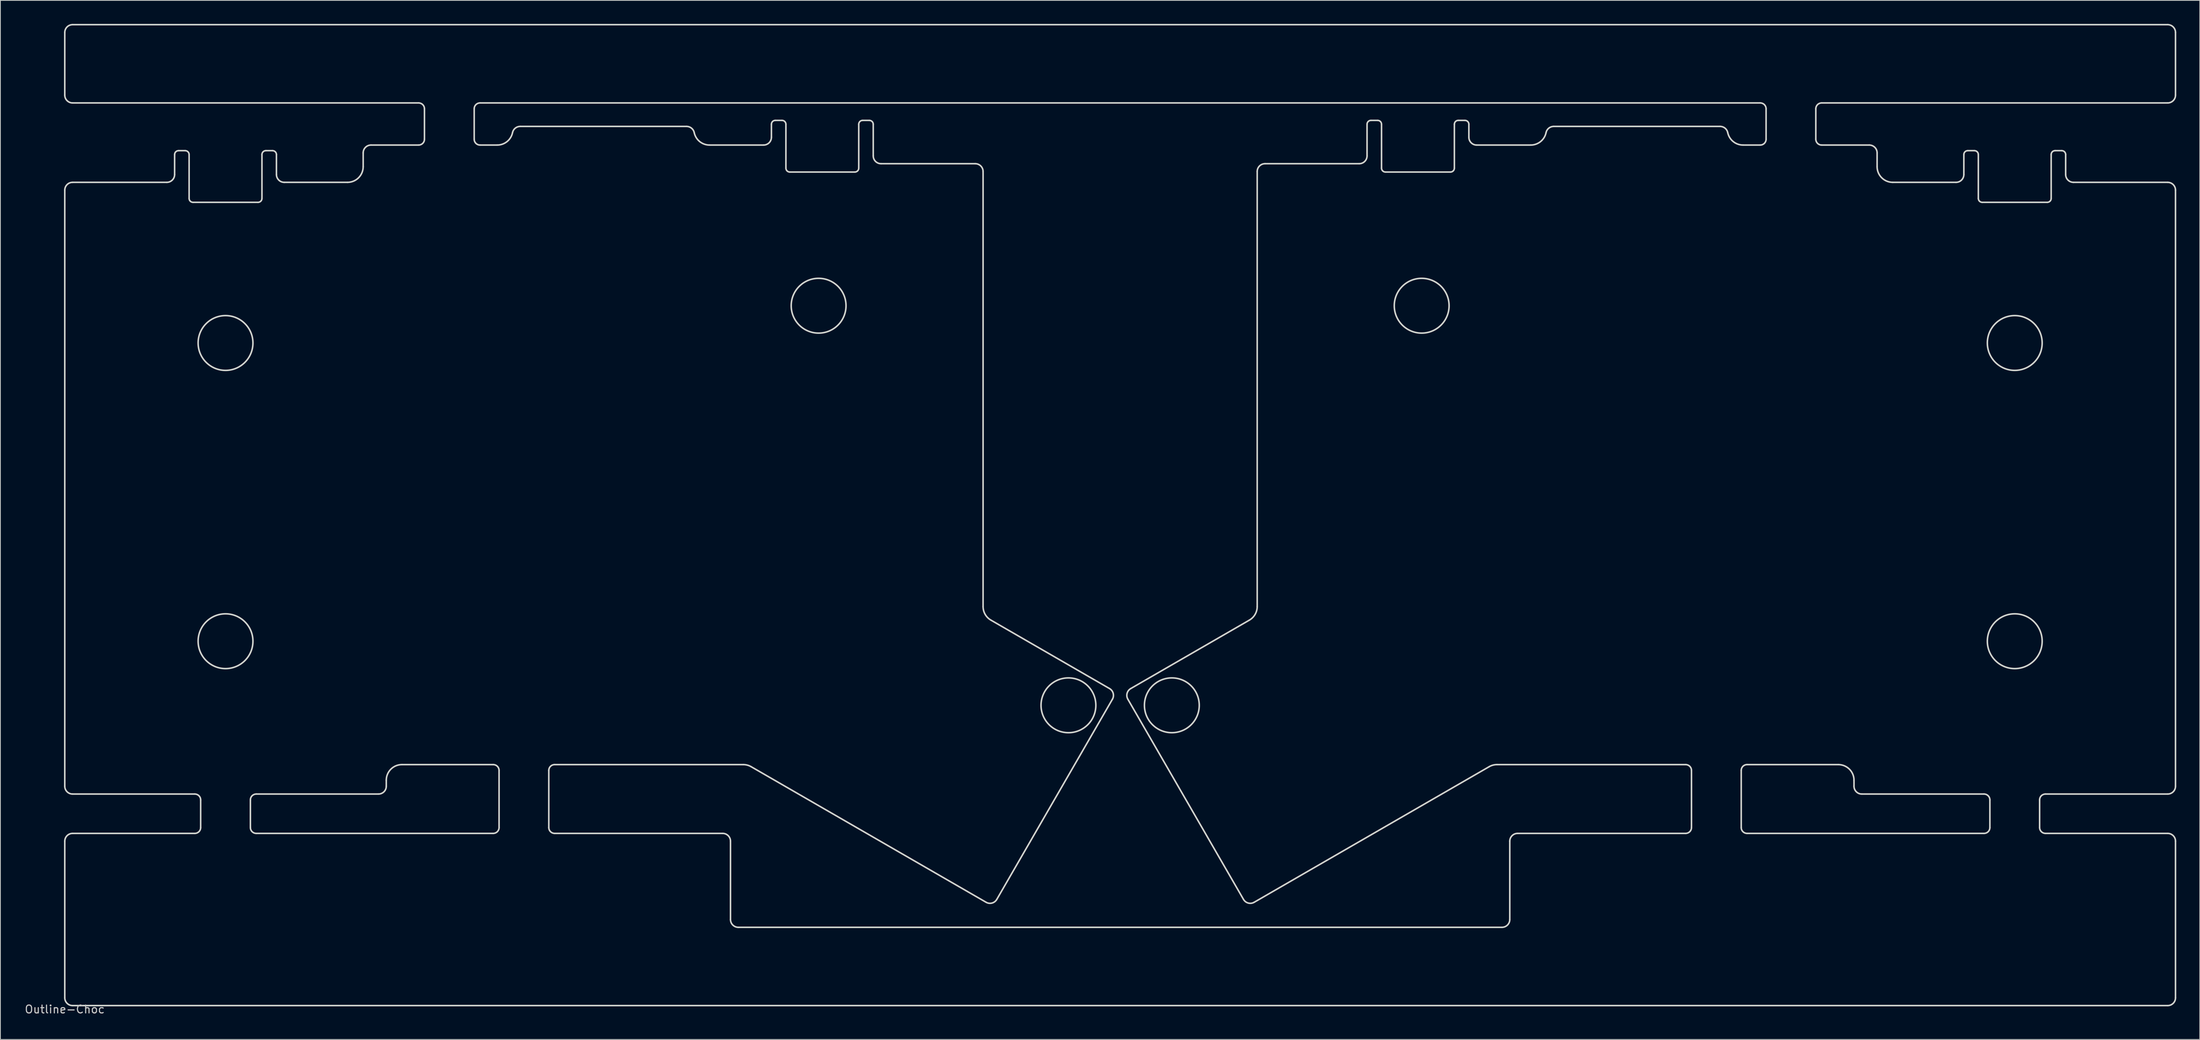
<source format=kicad_pcb>
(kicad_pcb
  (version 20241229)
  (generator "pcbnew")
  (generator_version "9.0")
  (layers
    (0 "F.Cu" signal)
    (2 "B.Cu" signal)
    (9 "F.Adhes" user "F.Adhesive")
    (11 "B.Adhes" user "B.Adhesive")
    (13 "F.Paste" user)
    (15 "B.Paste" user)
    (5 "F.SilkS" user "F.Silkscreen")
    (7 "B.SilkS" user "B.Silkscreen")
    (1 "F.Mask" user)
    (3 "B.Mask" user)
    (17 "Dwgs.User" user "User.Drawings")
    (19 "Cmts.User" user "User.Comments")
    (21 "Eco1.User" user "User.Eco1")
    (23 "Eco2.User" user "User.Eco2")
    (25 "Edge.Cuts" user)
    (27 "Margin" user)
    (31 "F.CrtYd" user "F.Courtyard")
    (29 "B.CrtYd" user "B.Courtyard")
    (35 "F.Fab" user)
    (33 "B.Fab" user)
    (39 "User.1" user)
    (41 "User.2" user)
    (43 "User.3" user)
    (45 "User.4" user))
  (footprint "Outline-Choc"
    (layer "F.Cu")
    (at 5.22 125.399)
    (property "Reference" "Outline-Choc" (at 0 0.5 0) (layer "Dwgs.User") (effects (font (size 1 1) (thickness 0.15))))
    (attr through_hole)
    (fp_line (start 0.001 -116.299) (end 0.001 -124.299) (stroke (width 0.2) (type solid)) (layer "Edge.Cuts"))
    (fp_line (start 0.001 -28.005) (end 0.001 -104.155) (stroke (width 0.2) (type solid)) (layer "Edge.Cuts"))
    (fp_line (start 0.001 -0.979) (end 0.001 -20.979) (stroke (width 0.2) (type solid)) (layer "Edge.Cuts"))
    (fp_line (start 1.001 -125.299) (end 268.501 -125.299) (stroke (width 0.2) (type solid)) (layer "Edge.Cuts"))
    (fp_line (start 1.001 -105.155) (end 13.026 -105.155) (stroke (width 0.2) (type solid)) (layer "Edge.Cuts"))
    (fp_line (start 1.001 -21.979) (end 16.601 -21.979) (stroke (width 0.2) (type solid)) (layer "Edge.Cuts"))
    (fp_line (start 14.026 -106.155) (end 14.026 -108.702) (stroke (width 0.2) (type solid)) (layer "Edge.Cuts"))
    (fp_line (start 14.526 -109.202) (end 15.376 -109.202) (stroke (width 0.2) (type solid)) (layer "Edge.Cuts"))
    (fp_line (start 15.876 -108.702) (end 15.876 -103.102) (stroke (width 0.2) (type solid)) (layer "Edge.Cuts"))
    (fp_line (start 16.376 -102.602) (end 24.676 -102.602) (stroke (width 0.2) (type solid)) (layer "Edge.Cuts"))
    (fp_line (start 16.601 -27.005) (end 1.001 -27.005) (stroke (width 0.2) (type solid)) (layer "Edge.Cuts"))
    (fp_line (start 17.351 -22.729) (end 17.351 -26.255) (stroke (width 0.2) (type solid)) (layer "Edge.Cuts"))
    (fp_line (start 23.701 -26.255) (end 23.701 -22.729) (stroke (width 0.2) (type solid)) (layer "Edge.Cuts"))
    (fp_line (start 24.451 -21.979) (end 54.701 -21.979) (stroke (width 0.2) (type solid)) (layer "Edge.Cuts"))
    (fp_line (start 25.176 -103.102) (end 25.176 -108.702) (stroke (width 0.2) (type solid)) (layer "Edge.Cuts"))
    (fp_line (start 25.676 -109.202) (end 26.526 -109.202) (stroke (width 0.2) (type solid)) (layer "Edge.Cuts"))
    (fp_line (start 27.026 -108.702) (end 27.026 -106.155) (stroke (width 0.2) (type solid)) (layer "Edge.Cuts"))
    (fp_line (start 28.026 -105.155) (end 36.101 -105.155) (stroke (width 0.2) (type solid)) (layer "Edge.Cuts"))
    (fp_line (start 38.101 -107.155) (end 38.101 -108.918) (stroke (width 0.2) (type solid)) (layer "Edge.Cuts"))
    (fp_line (start 39.101 -109.918) (end 45.176 -109.918) (stroke (width 0.2) (type solid)) (layer "Edge.Cuts"))
    (fp_line (start 40.051 -27.005) (end 24.451 -27.005) (stroke (width 0.2) (type solid)) (layer "Edge.Cuts"))
    (fp_line (start 41.051 -28.767) (end 41.051 -28.005) (stroke (width 0.2) (type solid)) (layer "Edge.Cuts"))
    (fp_line (start 45.176 -115.299) (end 1.001 -115.299) (stroke (width 0.2) (type solid)) (layer "Edge.Cuts"))
    (fp_line (start 45.926 -110.668) (end 45.926 -114.549) (stroke (width 0.2) (type solid)) (layer "Edge.Cuts"))
    (fp_line (start 52.276 -114.549) (end 52.276 -110.668) (stroke (width 0.2) (type solid)) (layer "Edge.Cuts"))
    (fp_line (start 53.026 -109.918) (end 55.216 -109.918) (stroke (width 0.2) (type solid)) (layer "Edge.Cuts"))
    (fp_line (start 54.701 -30.767) (end 43.051 -30.767) (stroke (width 0.2) (type solid)) (layer "Edge.Cuts"))
    (fp_line (start 55.451 -22.729) (end 55.451 -30.017) (stroke (width 0.2) (type solid)) (layer "Edge.Cuts"))
    (fp_line (start 58.151 -112.299) (end 79.391 -112.299) (stroke (width 0.2) (type solid)) (layer "Edge.Cuts"))
    (fp_line (start 61.801 -30.017) (end 61.801 -22.729) (stroke (width 0.2) (type solid)) (layer "Edge.Cuts"))
    (fp_line (start 62.551 -21.979) (end 84.001 -21.979) (stroke (width 0.2) (type solid)) (layer "Edge.Cuts"))
    (fp_line (start 82.326 -109.918) (end 89.226 -109.918) (stroke (width 0.2) (type solid)) (layer "Edge.Cuts"))
    (fp_line (start 85.001 -20.979) (end 85.001 -10.979) (stroke (width 0.2) (type solid)) (layer "Edge.Cuts"))
    (fp_line (start 86.001 -9.979) (end 183.501 -9.979) (stroke (width 0.2) (type solid)) (layer "Edge.Cuts"))
    (fp_line (start 86.634 -30.767) (end 62.551 -30.767) (stroke (width 0.2) (type solid)) (layer "Edge.Cuts"))
    (fp_line (start 90.226 -110.918) (end 90.226 -112.57) (stroke (width 0.2) (type solid)) (layer "Edge.Cuts"))
    (fp_line (start 90.726 -113.07) (end 91.576 -113.07) (stroke (width 0.2) (type solid)) (layer "Edge.Cuts"))
    (fp_line (start 92.076 -112.57) (end 92.076 -106.97) (stroke (width 0.2) (type solid)) (layer "Edge.Cuts"))
    (fp_line (start 92.576 -106.47) (end 100.876 -106.47) (stroke (width 0.2) (type solid)) (layer "Edge.Cuts"))
    (fp_line (start 101.376 -106.97) (end 101.376 -112.57) (stroke (width 0.2) (type solid)) (layer "Edge.Cuts"))
    (fp_line (start 101.876 -113.07) (end 102.726 -113.07) (stroke (width 0.2) (type solid)) (layer "Edge.Cuts"))
    (fp_line (start 103.226 -112.57) (end 103.226 -108.536) (stroke (width 0.2) (type solid)) (layer "Edge.Cuts"))
    (fp_line (start 104.226 -107.536) (end 116.251 -107.536) (stroke (width 0.2) (type solid)) (layer "Edge.Cuts"))
    (fp_line (start 117.251 -106.536) (end 117.251 -50.957) (stroke (width 0.2) (type solid)) (layer "Edge.Cuts"))
    (fp_line (start 117.635 -13.179) (end 87.634 -30.5) (stroke (width 0.2) (type solid)) (layer "Edge.Cuts"))
    (fp_line (start 118.251 -49.225) (end 133.397 -40.48) (stroke (width 0.2) (type solid)) (layer "Edge.Cuts"))
    (fp_line (start 133.763 -39.114) (end 119.001 -13.545) (stroke (width 0.2) (type solid)) (layer "Edge.Cuts"))
    (fp_line (start 136.105 -40.48) (end 151.251 -49.225) (stroke (width 0.2) (type solid)) (layer "Edge.Cuts"))
    (fp_line (start 150.501 -13.545) (end 135.739 -39.114) (stroke (width 0.2) (type solid)) (layer "Edge.Cuts"))
    (fp_line (start 152.251 -50.957) (end 152.251 -106.536) (stroke (width 0.2) (type solid)) (layer "Edge.Cuts"))
    (fp_line (start 153.251 -107.536) (end 165.276 -107.536) (stroke (width 0.2) (type solid)) (layer "Edge.Cuts"))
    (fp_line (start 166.276 -108.536) (end 166.276 -112.57) (stroke (width 0.2) (type solid)) (layer "Edge.Cuts"))
    (fp_line (start 166.776 -113.07) (end 167.626 -113.07) (stroke (width 0.2) (type solid)) (layer "Edge.Cuts"))
    (fp_line (start 168.126 -112.57) (end 168.126 -106.97) (stroke (width 0.2) (type solid)) (layer "Edge.Cuts"))
    (fp_line (start 168.626 -106.47) (end 176.926 -106.47) (stroke (width 0.2) (type solid)) (layer "Edge.Cuts"))
    (fp_line (start 177.426 -106.97) (end 177.426 -112.57) (stroke (width 0.2) (type solid)) (layer "Edge.Cuts"))
    (fp_line (start 177.926 -113.07) (end 178.776 -113.07) (stroke (width 0.2) (type solid)) (layer "Edge.Cuts"))
    (fp_line (start 179.276 -112.57) (end 179.276 -110.918) (stroke (width 0.2) (type solid)) (layer "Edge.Cuts"))
    (fp_line (start 180.276 -109.918) (end 187.176 -109.918) (stroke (width 0.2) (type solid)) (layer "Edge.Cuts"))
    (fp_line (start 181.868 -30.5) (end 151.867 -13.179) (stroke (width 0.2) (type solid)) (layer "Edge.Cuts"))
    (fp_line (start 184.501 -10.979) (end 184.501 -20.979) (stroke (width 0.2) (type solid)) (layer "Edge.Cuts"))
    (fp_line (start 185.501 -21.979) (end 206.951 -21.979) (stroke (width 0.2) (type solid)) (layer "Edge.Cuts"))
    (fp_line (start 190.111 -112.299) (end 211.351 -112.299) (stroke (width 0.2) (type solid)) (layer "Edge.Cuts"))
    (fp_line (start 206.951 -30.767) (end 182.868 -30.767) (stroke (width 0.2) (type solid)) (layer "Edge.Cuts"))
    (fp_line (start 207.701 -22.729) (end 207.701 -30.017) (stroke (width 0.2) (type solid)) (layer "Edge.Cuts"))
    (fp_line (start 214.051 -30.017) (end 214.051 -22.729) (stroke (width 0.2) (type solid)) (layer "Edge.Cuts"))
    (fp_line (start 214.286 -109.918) (end 216.476 -109.918) (stroke (width 0.2) (type solid)) (layer "Edge.Cuts"))
    (fp_line (start 214.801 -21.979) (end 245.051 -21.979) (stroke (width 0.2) (type solid)) (layer "Edge.Cuts"))
    (fp_line (start 216.476 -115.299) (end 53.026 -115.299) (stroke (width 0.2) (type solid)) (layer "Edge.Cuts"))
    (fp_line (start 217.226 -110.668) (end 217.226 -114.549) (stroke (width 0.2) (type solid)) (layer "Edge.Cuts"))
    (fp_line (start 223.576 -114.549) (end 223.576 -110.668) (stroke (width 0.2) (type solid)) (layer "Edge.Cuts"))
    (fp_line (start 224.326 -109.918) (end 230.401 -109.918) (stroke (width 0.2) (type solid)) (layer "Edge.Cuts"))
    (fp_line (start 226.451 -30.767) (end 214.801 -30.767) (stroke (width 0.2) (type solid)) (layer "Edge.Cuts"))
    (fp_line (start 228.451 -28.005) (end 228.451 -28.767) (stroke (width 0.2) (type solid)) (layer "Edge.Cuts"))
    (fp_line (start 231.401 -108.918) (end 231.401 -107.155) (stroke (width 0.2) (type solid)) (layer "Edge.Cuts"))
    (fp_line (start 233.401 -105.155) (end 241.476 -105.155) (stroke (width 0.2) (type solid)) (layer "Edge.Cuts"))
    (fp_line (start 242.476 -106.155) (end 242.476 -108.702) (stroke (width 0.2) (type solid)) (layer "Edge.Cuts"))
    (fp_line (start 242.976 -109.202) (end 243.826 -109.202) (stroke (width 0.2) (type solid)) (layer "Edge.Cuts"))
    (fp_line (start 244.326 -108.702) (end 244.326 -103.102) (stroke (width 0.2) (type solid)) (layer "Edge.Cuts"))
    (fp_line (start 244.826 -102.602) (end 253.126 -102.602) (stroke (width 0.2) (type solid)) (layer "Edge.Cuts"))
    (fp_line (start 245.051 -27.005) (end 229.451 -27.005) (stroke (width 0.2) (type solid)) (layer "Edge.Cuts"))
    (fp_line (start 245.801 -22.729) (end 245.801 -26.255) (stroke (width 0.2) (type solid)) (layer "Edge.Cuts"))
    (fp_line (start 252.151 -26.255) (end 252.151 -22.729) (stroke (width 0.2) (type solid)) (layer "Edge.Cuts"))
    (fp_line (start 252.901 -21.979) (end 268.501 -21.979) (stroke (width 0.2) (type solid)) (layer "Edge.Cuts"))
    (fp_line (start 253.626 -103.102) (end 253.626 -108.702) (stroke (width 0.2) (type solid)) (layer "Edge.Cuts"))
    (fp_line (start 254.126 -109.202) (end 254.976 -109.202) (stroke (width 0.2) (type solid)) (layer "Edge.Cuts"))
    (fp_line (start 255.476 -108.702) (end 255.476 -106.155) (stroke (width 0.2) (type solid)) (layer "Edge.Cuts"))
    (fp_line (start 256.476 -105.155) (end 268.501 -105.155) (stroke (width 0.2) (type solid)) (layer "Edge.Cuts"))
    (fp_line (start 268.501 -115.299) (end 224.326 -115.299) (stroke (width 0.2) (type solid)) (layer "Edge.Cuts"))
    (fp_line (start 268.501 -27.005) (end 252.901 -27.005) (stroke (width 0.2) (type solid)) (layer "Edge.Cuts"))
    (fp_line (start 268.501 0.021) (end 1.001 0.021) (stroke (width 0.2) (type solid)) (layer "Edge.Cuts"))
    (fp_line (start 269.501 -124.299) (end 269.501 -116.299) (stroke (width 0.2) (type solid)) (layer "Edge.Cuts"))
    (fp_line (start 269.501 -104.155) (end 269.501 -28.005) (stroke (width 0.2) (type solid)) (layer "Edge.Cuts"))
    (fp_line (start 269.501 -20.979) (end 269.501 -0.979) (stroke (width 0.2) (type solid)) (layer "Edge.Cuts"))
    (fp_arc (start 0.001 -124.29875) (mid 0.293893 -125.005857) (end 1.001 -125.29875) (stroke (width 0.2) (type solid)) (layer "Edge.Cuts"))
    (fp_arc (start 0.001 -104.155) (mid 0.293893 -104.862107) (end 1.001 -105.155) (stroke (width 0.2) (type solid)) (layer "Edge.Cuts"))
    (fp_arc (start 0.001 -20.979025) (mid 0.293893 -21.686132) (end 1.001 -21.979025) (stroke (width 0.2) (type solid)) (layer "Edge.Cuts"))
    (fp_arc (start 1.001 -115.29875) (mid 0.293893 -115.591643) (end 0.001 -116.29875) (stroke (width 0.2) (type solid)) (layer "Edge.Cuts"))
    (fp_arc (start 1.001 -27.005) (mid 0.293893 -27.297893) (end 0.001 -28.005) (stroke (width 0.2) (type solid)) (layer "Edge.Cuts"))
    (fp_arc (start 1.001 0.020975) (mid 0.293893 -0.271918) (end 0.001 -0.979025) (stroke (width 0.2) (type solid)) (layer "Edge.Cuts"))
    (fp_arc (start 14.026 -108.701802) (mid 14.172447 -109.055355) (end 14.526 -109.201802) (stroke (width 0.2) (type solid)) (layer "Edge.Cuts"))
    (fp_arc (start 14.026 -106.155) (mid 13.733107 -105.447893) (end 13.026 -105.155) (stroke (width 0.2) (type solid)) (layer "Edge.Cuts"))
    (fp_arc (start 15.376 -109.201802) (mid 15.729553 -109.055355) (end 15.876 -108.701802) (stroke (width 0.2) (type solid)) (layer "Edge.Cuts"))
    (fp_arc (start 16.376 -102.601802) (mid 16.022447 -102.748249) (end 15.876 -103.101802) (stroke (width 0.2) (type solid)) (layer "Edge.Cuts"))
    (fp_arc (start 16.601 -27.005) (mid 17.13133 -26.78533) (end 17.351 -26.255) (stroke (width 0.2) (type solid)) (layer "Edge.Cuts"))
    (fp_arc (start 17.351 -22.729025) (mid 17.13133 -22.198695) (end 16.601 -21.979025) (stroke (width 0.2) (type solid)) (layer "Edge.Cuts"))
    (fp_arc (start 23.701 -26.255) (mid 23.92067 -26.78533) (end 24.451 -27.005) (stroke (width 0.2) (type solid)) (layer "Edge.Cuts"))
    (fp_arc (start 24.451 -21.979025) (mid 23.92067 -22.198695) (end 23.701 -22.729025) (stroke (width 0.2) (type solid)) (layer "Edge.Cuts"))
    (fp_arc (start 25.176 -108.701802) (mid 25.322447 -109.055355) (end 25.676 -109.201802) (stroke (width 0.2) (type solid)) (layer "Edge.Cuts"))
    (fp_arc (start 25.176 -103.101802) (mid 25.029553 -102.748249) (end 24.676 -102.601802) (stroke (width 0.2) (type solid)) (layer "Edge.Cuts"))
    (fp_arc (start 26.526 -109.201802) (mid 26.879553 -109.055355) (end 27.026 -108.701802) (stroke (width 0.2) (type solid)) (layer "Edge.Cuts"))
    (fp_arc (start 28.026 -105.155) (mid 27.318893 -105.447893) (end 27.026 -106.155) (stroke (width 0.2) (type solid)) (layer "Edge.Cuts"))
    (fp_arc (start 38.101 -108.9175) (mid 38.393893 -109.624607) (end 39.101 -109.9175) (stroke (width 0.2) (type solid)) (layer "Edge.Cuts"))
    (fp_arc (start 38.101 -107.155) (mid 37.515214 -105.740786) (end 36.101 -105.155) (stroke (width 0.2) (type solid)) (layer "Edge.Cuts"))
    (fp_arc (start 41.051 -28.7675) (mid 41.636786 -30.181714) (end 43.051 -30.7675) (stroke (width 0.2) (type solid)) (layer "Edge.Cuts"))
    (fp_arc (start 41.051 -28.005) (mid 40.758107 -27.297893) (end 40.051 -27.005) (stroke (width 0.2) (type solid)) (layer "Edge.Cuts"))
    (fp_arc (start 45.176 -115.29875) (mid 45.70633 -115.07908) (end 45.926 -114.54875) (stroke (width 0.2) (type solid)) (layer "Edge.Cuts"))
    (fp_arc (start 45.926 -110.6675) (mid 45.70633 -110.13717) (end 45.176 -109.9175) (stroke (width 0.2) (type solid)) (layer "Edge.Cuts"))
    (fp_arc (start 52.276 -114.54875) (mid 52.49567 -115.07908) (end 53.026 -115.29875) (stroke (width 0.2) (type solid)) (layer "Edge.Cuts"))
    (fp_arc (start 53.026 -109.9175) (mid 52.49567 -110.13717) (end 52.276 -110.6675) (stroke (width 0.2) (type solid)) (layer "Edge.Cuts"))
    (fp_arc (start 54.701 -30.7675) (mid 55.23133 -30.54783) (end 55.451 -30.0175) (stroke (width 0.2) (type solid)) (layer "Edge.Cuts"))
    (fp_arc (start 55.451 -22.729025) (mid 55.23133 -22.198695) (end 54.701 -21.979025) (stroke (width 0.2) (type solid)) (layer "Edge.Cuts"))
    (fp_arc (start 57.172501 -111.505) (mid 56.475463 -110.364277) (end 55.215502 -109.9175) (stroke (width 0.2) (type solid)) (layer "Edge.Cuts"))
    (fp_arc (start 57.172501 -111.505) (mid 57.52102 -112.075361) (end 58.151 -112.29875) (stroke (width 0.2) (type solid)) (layer "Edge.Cuts"))
    (fp_arc (start 61.801 -30.0175) (mid 62.02067 -30.54783) (end 62.551 -30.7675) (stroke (width 0.2) (type solid)) (layer "Edge.Cuts"))
    (fp_arc (start 62.551 -21.979025) (mid 62.02067 -22.198695) (end 61.801 -22.729025) (stroke (width 0.2) (type solid)) (layer "Edge.Cuts"))
    (fp_arc (start 79.390502 -112.29875) (mid 80.020482 -112.075361) (end 80.369001 -111.505) (stroke (width 0.2) (type solid)) (layer "Edge.Cuts"))
    (fp_arc (start 82.326 -109.9175) (mid 81.06604 -110.364278) (end 80.369001 -111.505) (stroke (width 0.2) (type solid)) (layer "Edge.Cuts"))
    (fp_arc (start 84.001 -21.979025) (mid 84.708107 -21.686132) (end 85.001 -20.979025) (stroke (width 0.2) (type solid)) (layer "Edge.Cuts"))
    (fp_arc (start 86.001 -9.979025) (mid 85.293893 -10.271918) (end 85.001 -10.979025) (stroke (width 0.2) (type solid)) (layer "Edge.Cuts"))
    (fp_arc (start 86.634473 -30.7675) (mid 87.152111 -30.699352) (end 87.634473 -30.499551) (stroke (width 0.2) (type solid)) (layer "Edge.Cuts"))
    (fp_arc (start 90.226 -112.570493) (mid 90.372447 -112.924046) (end 90.726 -113.070493) (stroke (width 0.2) (type solid)) (layer "Edge.Cuts"))
    (fp_arc (start 90.226 -110.9175) (mid 89.933107 -110.210393) (end 89.226 -109.9175) (stroke (width 0.2) (type solid)) (layer "Edge.Cuts"))
    (fp_arc (start 91.576 -113.070493) (mid 91.929553 -112.924046) (end 92.076 -112.570493) (stroke (width 0.2) (type solid)) (layer "Edge.Cuts"))
    (fp_arc (start 92.576 -106.470493) (mid 92.222447 -106.61694) (end 92.076 -106.970493) (stroke (width 0.2) (type solid)) (layer "Edge.Cuts"))
    (fp_arc (start 101.376 -112.570493) (mid 101.522447 -112.924046) (end 101.876 -113.070493) (stroke (width 0.2) (type solid)) (layer "Edge.Cuts"))
    (fp_arc (start 101.376 -106.970493) (mid 101.229553 -106.61694) (end 100.876 -106.470493) (stroke (width 0.2) (type solid)) (layer "Edge.Cuts"))
    (fp_arc (start 102.726 -113.070493) (mid 103.079553 -112.924046) (end 103.226 -112.570493) (stroke (width 0.2) (type solid)) (layer "Edge.Cuts"))
    (fp_arc (start 104.226 -107.53625) (mid 103.518893 -107.829143) (end 103.226 -108.53625) (stroke (width 0.2) (type solid)) (layer "Edge.Cuts"))
    (fp_arc (start 116.251 -107.53625) (mid 116.958107 -107.243357) (end 117.251 -106.53625) (stroke (width 0.2) (type solid)) (layer "Edge.Cuts"))
    (fp_arc (start 118.251 -49.225025) (mid 117.518949 -49.957076) (end 117.251 -50.957076) (stroke (width 0.2) (type solid)) (layer "Edge.Cuts"))
    (fp_arc (start 119.000529 -13.54505) (mid 118.393323 -13.079124) (end 117.634504 -13.179025) (stroke (width 0.2) (type solid)) (layer "Edge.Cuts"))
    (fp_arc (start 133.397004 -40.480475) (mid 133.86293 -39.873269) (end 133.763029 -39.11445) (stroke (width 0.2) (type solid)) (layer "Edge.Cuts"))
    (fp_arc (start 135.73897 -39.11445) (mid 135.63907 -39.873269) (end 136.104996 -40.480476) (stroke (width 0.2) (type solid)) (layer "Edge.Cuts"))
    (fp_arc (start 151.867496 -13.179025) (mid 151.108677 -13.079124) (end 150.501471 -13.54505) (stroke (width 0.2) (type solid)) (layer "Edge.Cuts"))
    (fp_arc (start 152.251 -106.53625) (mid 152.543893 -107.243357) (end 153.251 -107.53625) (stroke (width 0.2) (type solid)) (layer "Edge.Cuts"))
    (fp_arc (start 152.251 -50.957076) (mid 151.983051 -49.957076) (end 151.251 -49.225025) (stroke (width 0.2) (type solid)) (layer "Edge.Cuts"))
    (fp_arc (start 166.276 -112.570493) (mid 166.422447 -112.924046) (end 166.776 -113.070493) (stroke (width 0.2) (type solid)) (layer "Edge.Cuts"))
    (fp_arc (start 166.276 -108.53625) (mid 165.983107 -107.829143) (end 165.276 -107.53625) (stroke (width 0.2) (type solid)) (layer "Edge.Cuts"))
    (fp_arc (start 167.626 -113.070493) (mid 167.979553 -112.924046) (end 168.126 -112.570493) (stroke (width 0.2) (type solid)) (layer "Edge.Cuts"))
    (fp_arc (start 168.626 -106.470493) (mid 168.272447 -106.61694) (end 168.126 -106.970493) (stroke (width 0.2) (type solid)) (layer "Edge.Cuts"))
    (fp_arc (start 177.426 -112.570493) (mid 177.572447 -112.924046) (end 177.926 -113.070493) (stroke (width 0.2) (type solid)) (layer "Edge.Cuts"))
    (fp_arc (start 177.426 -106.970493) (mid 177.279553 -106.61694) (end 176.926 -106.470493) (stroke (width 0.2) (type solid)) (layer "Edge.Cuts"))
    (fp_arc (start 178.776 -113.070493) (mid 179.129553 -112.924046) (end 179.276 -112.570493) (stroke (width 0.2) (type solid)) (layer "Edge.Cuts"))
    (fp_arc (start 180.276 -109.9175) (mid 179.568893 -110.210393) (end 179.276 -110.9175) (stroke (width 0.2) (type solid)) (layer "Edge.Cuts"))
    (fp_arc (start 181.867527 -30.499551) (mid 182.349889 -30.699352) (end 182.867527 -30.7675) (stroke (width 0.2) (type solid)) (layer "Edge.Cuts"))
    (fp_arc (start 184.501 -20.979025) (mid 184.793893 -21.686132) (end 185.501 -21.979025) (stroke (width 0.2) (type solid)) (layer "Edge.Cuts"))
    (fp_arc (start 184.501 -10.979025) (mid 184.208107 -10.271918) (end 183.501 -9.979025) (stroke (width 0.2) (type solid)) (layer "Edge.Cuts"))
    (fp_arc (start 189.132999 -111.505) (mid 188.435961 -110.364277) (end 187.176 -109.9175) (stroke (width 0.2) (type solid)) (layer "Edge.Cuts"))
    (fp_arc (start 189.132999 -111.505) (mid 189.481518 -112.075361) (end 190.111498 -112.29875) (stroke (width 0.2) (type solid)) (layer "Edge.Cuts"))
    (fp_arc (start 206.951 -30.7675) (mid 207.48133 -30.54783) (end 207.701 -30.0175) (stroke (width 0.2) (type solid)) (layer "Edge.Cuts"))
    (fp_arc (start 207.701 -22.729025) (mid 207.48133 -22.198695) (end 206.951 -21.979025) (stroke (width 0.2) (type solid)) (layer "Edge.Cuts"))
    (fp_arc (start 211.351 -112.29875) (mid 211.98098 -112.075361) (end 212.329499 -111.505) (stroke (width 0.2) (type solid)) (layer "Edge.Cuts"))
    (fp_arc (start 214.051 -30.0175) (mid 214.27067 -30.54783) (end 214.801 -30.7675) (stroke (width 0.2) (type solid)) (layer "Edge.Cuts"))
    (fp_arc (start 214.286498 -109.9175) (mid 213.026538 -110.364278) (end 212.329499 -111.505) (stroke (width 0.2) (type solid)) (layer "Edge.Cuts"))
    (fp_arc (start 214.801 -21.979025) (mid 214.27067 -22.198695) (end 214.051 -22.729025) (stroke (width 0.2) (type solid)) (layer "Edge.Cuts"))
    (fp_arc (start 216.476 -115.29875) (mid 217.00633 -115.07908) (end 217.226 -114.54875) (stroke (width 0.2) (type solid)) (layer "Edge.Cuts"))
    (fp_arc (start 217.226 -110.6675) (mid 217.00633 -110.13717) (end 216.476 -109.9175) (stroke (width 0.2) (type solid)) (layer "Edge.Cuts"))
    (fp_arc (start 223.576 -114.54875) (mid 223.79567 -115.07908) (end 224.326 -115.29875) (stroke (width 0.2) (type solid)) (layer "Edge.Cuts"))
    (fp_arc (start 224.326 -109.9175) (mid 223.79567 -110.13717) (end 223.576 -110.6675) (stroke (width 0.2) (type solid)) (layer "Edge.Cuts"))
    (fp_arc (start 226.451 -30.7675) (mid 227.865214 -30.181714) (end 228.451 -28.7675) (stroke (width 0.2) (type solid)) (layer "Edge.Cuts"))
    (fp_arc (start 229.451 -27.005) (mid 228.743893 -27.297893) (end 228.451 -28.005) (stroke (width 0.2) (type solid)) (layer "Edge.Cuts"))
    (fp_arc (start 230.401 -109.9175) (mid 231.108107 -109.624607) (end 231.401 -108.9175) (stroke (width 0.2) (type solid)) (layer "Edge.Cuts"))
    (fp_arc (start 233.401 -105.155) (mid 231.986786 -105.740786) (end 231.401 -107.155) (stroke (width 0.2) (type solid)) (layer "Edge.Cuts"))
    (fp_arc (start 242.476 -108.701802) (mid 242.622447 -109.055355) (end 242.976 -109.201802) (stroke (width 0.2) (type solid)) (layer "Edge.Cuts"))
    (fp_arc (start 242.476 -106.155) (mid 242.183107 -105.447893) (end 241.476 -105.155) (stroke (width 0.2) (type solid)) (layer "Edge.Cuts"))
    (fp_arc (start 243.826 -109.201802) (mid 244.179553 -109.055355) (end 244.326 -108.701802) (stroke (width 0.2) (type solid)) (layer "Edge.Cuts"))
    (fp_arc (start 244.826 -102.601802) (mid 244.472447 -102.748249) (end 244.326 -103.101802) (stroke (width 0.2) (type solid)) (layer "Edge.Cuts"))
    (fp_arc (start 245.051 -27.005) (mid 245.58133 -26.78533) (end 245.801 -26.255) (stroke (width 0.2) (type solid)) (layer "Edge.Cuts"))
    (fp_arc (start 245.801 -22.729025) (mid 245.58133 -22.198695) (end 245.051 -21.979025) (stroke (width 0.2) (type solid)) (layer "Edge.Cuts"))
    (fp_arc (start 252.151 -26.255) (mid 252.37067 -26.78533) (end 252.901 -27.005) (stroke (width 0.2) (type solid)) (layer "Edge.Cuts"))
    (fp_arc (start 252.901 -21.979025) (mid 252.37067 -22.198695) (end 252.151 -22.729025) (stroke (width 0.2) (type solid)) (layer "Edge.Cuts"))
    (fp_arc (start 253.626 -108.701802) (mid 253.772447 -109.055355) (end 254.126 -109.201802) (stroke (width 0.2) (type solid)) (layer "Edge.Cuts"))
    (fp_arc (start 253.626 -103.101802) (mid 253.479553 -102.748249) (end 253.126 -102.601802) (stroke (width 0.2) (type solid)) (layer "Edge.Cuts"))
    (fp_arc (start 254.976 -109.201802) (mid 255.329553 -109.055355) (end 255.476 -108.701802) (stroke (width 0.2) (type solid)) (layer "Edge.Cuts"))
    (fp_arc (start 256.476 -105.155) (mid 255.768893 -105.447893) (end 255.476 -106.155) (stroke (width 0.2) (type solid)) (layer "Edge.Cuts"))
    (fp_arc (start 268.501 -125.29875) (mid 269.208107 -125.005857) (end 269.501 -124.29875) (stroke (width 0.2) (type solid)) (layer "Edge.Cuts"))
    (fp_arc (start 268.501 -105.155) (mid 269.208107 -104.862107) (end 269.501 -104.155) (stroke (width 0.2) (type solid)) (layer "Edge.Cuts"))
    (fp_arc (start 268.501 -21.979025) (mid 269.208107 -21.686132) (end 269.501 -20.979025) (stroke (width 0.2) (type solid)) (layer "Edge.Cuts"))
    (fp_arc (start 269.501 -116.29875) (mid 269.208107 -115.591643) (end 268.501 -115.29875) (stroke (width 0.2) (type solid)) (layer "Edge.Cuts"))
    (fp_arc (start 269.501 -28.005) (mid 269.208107 -27.297893) (end 268.501 -27.005) (stroke (width 0.2) (type solid)) (layer "Edge.Cuts"))
    (fp_arc (start 269.501 -0.979025) (mid 269.208107 -0.271918) (end 268.501 0.020975) (stroke (width 0.2) (type solid)) (layer "Edge.Cuts"))
    (fp_circle (center 20.526 -84.63) (end 17.026 -84.63) (stroke (width 0.2) (type solid)) (fill no) (layer "Edge.Cuts"))
    (fp_circle (center 20.526 -46.53) (end 17.026 -46.53) (stroke (width 0.2) (type solid)) (fill no) (layer "Edge.Cuts"))
    (fp_circle (center 96.251 -89.392) (end 92.751 -89.392) (stroke (width 0.2) (type solid)) (fill no) (layer "Edge.Cuts"))
    (fp_circle (center 128.15 -38.343) (end 124.65 -38.343) (stroke (width 0.2) (type solid)) (fill no) (layer "Edge.Cuts"))
    (fp_circle (center 141.352 -38.343) (end 137.852 -38.343) (stroke (width 0.2) (type solid)) (fill no) (layer "Edge.Cuts"))
    (fp_circle (center 173.251 -89.392) (end 169.751 -89.392) (stroke (width 0.2) (type solid)) (fill no) (layer "Edge.Cuts"))
    (fp_circle (center 248.976 -84.63) (end 245.476 -84.63) (stroke (width 0.2) (type solid)) (fill no) (layer "Edge.Cuts"))
    (fp_circle (center 248.976 -46.53) (end 245.476 -46.53) (stroke (width 0.2) (type solid)) (fill no) (layer "Edge.Cuts")))
  (gr_rect
    (start -3 -3)
    (end 277.821 129.747)
    (stroke (width 0.1) (type default))
    (fill no)
    (layer "Edge.Cuts")))
</source>
